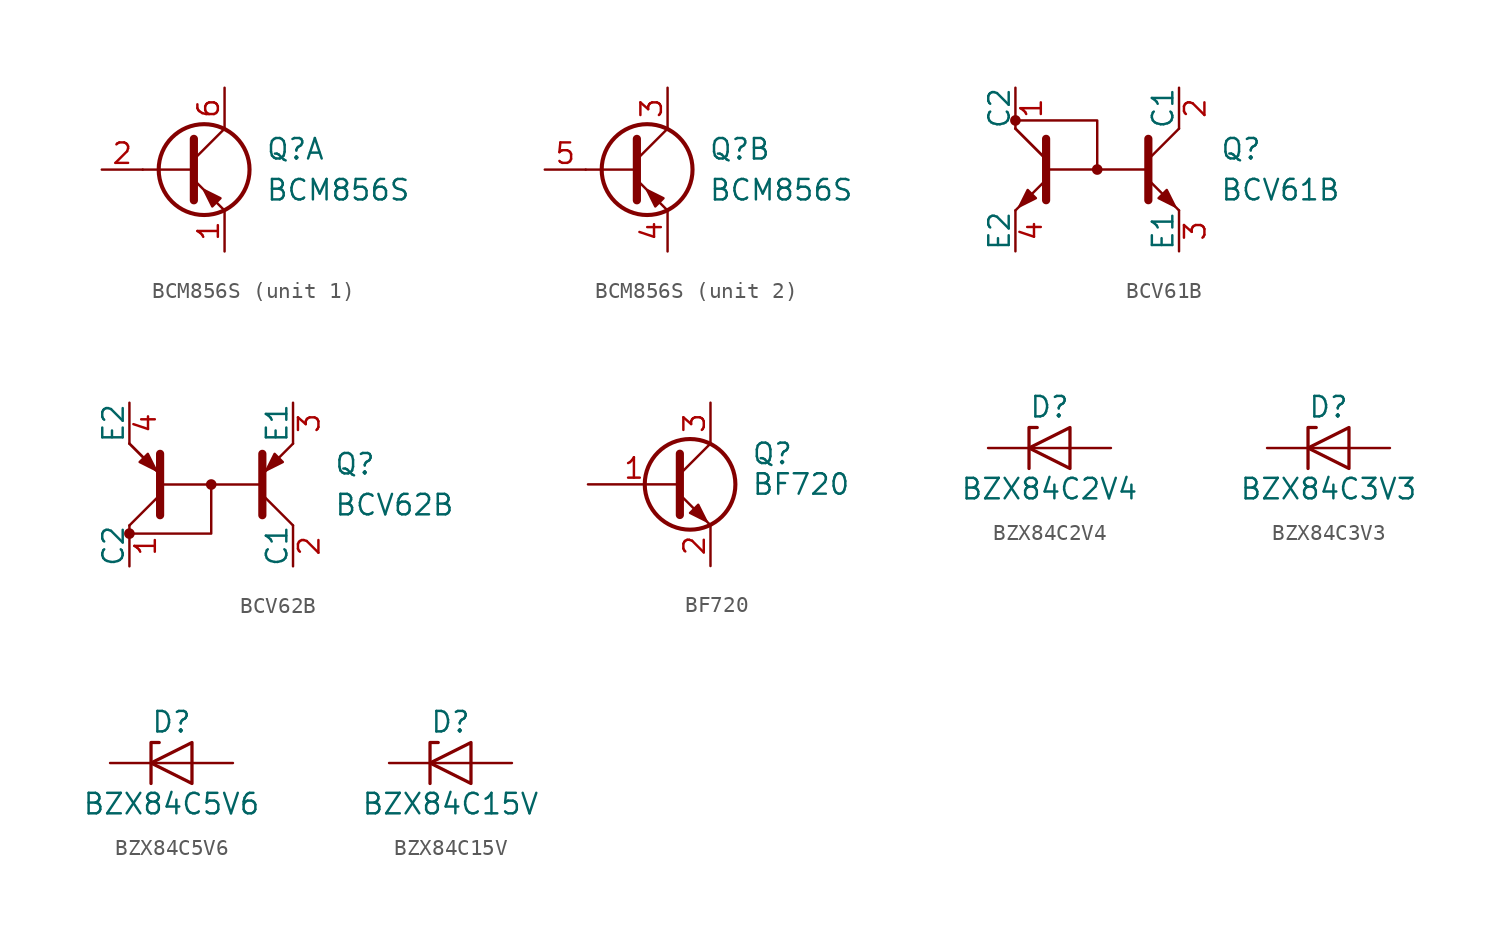
<source format=kicad_sym>
(kicad_symbol_lib
  (version 20211014)
  (generator kicad_symbol_editor)
  (symbol "BCM856S"
    (pin_names
      (offset 0) hide)
    (property "Reference" "Q"
      (at 5.08 1.27 0)
      (effects (font (size 1.27 1.27)) (justify left)))
    (property "Value" "BCM856S"
      (at 5.08 -1.27 0)
      (effects (font (size 1.27 1.27)) (justify left)))
    (property "ki_locked" ""
      (at 0 0 0)
      (effects (font (size 1.27 1.27))))
    (symbol "BCM856S_0_1"
      (polyline (pts (xy 0.635 0) (xy -2.54 0)) (stroke (width 0) (type default) (color 0 0 0 0)) (fill (type none)))
      (polyline (pts (xy 0.635 0.635) (xy 2.54 2.54)) (stroke (width 0) (type default) (color 0 0 0 0)) (fill (type none)))
      (polyline (pts (xy 0.635 -0.635) (xy 2.54 -2.54) (xy 2.54 -2.54)) (stroke (width 0) (type default) (color 0 0 0 0)) (fill (type none)))
      (polyline (pts (xy 0.635 1.905) (xy 0.635 -1.905) (xy 0.635 -1.905)) (stroke (width 0.508) (type default) (color 0 0 0 0)) (fill (type none)))
      (polyline (pts (xy 2.286 -1.778) (xy 1.778 -2.286) (xy 1.27 -1.27) (xy 2.286 -1.778) (xy 2.286 -1.778)) (stroke (width 0) (type default) (color 0 0 0 0)) (fill (type outline)))
      (circle (center 1.27 0) (radius 2.819) (stroke (width 0.254) (type default) (color 0 0 0 0)) (fill (type none))))
    (symbol "BCM856S_1_1"
      (pin passive line (at 2.54 -5.08 90) (length 2.54) (name "E1" (effects (font (size 1.27 1.27)))) (number "1" (effects (font (size 1.27 1.27)))))
      (pin input line (at -5.08 0 0) (length 2.54) (name "B1" (effects (font (size 1.27 1.27)))) (number "2" (effects (font (size 1.27 1.27)))))
      (pin passive line (at 2.54 5.08 270) (length 2.54) (name "C1" (effects (font (size 1.27 1.27)))) (number "6" (effects (font (size 1.27 1.27))))))
    (symbol "BCM856S_2_1"
      (pin passive line (at 2.54 5.08 270) (length 2.54) (name "C2" (effects (font (size 1.27 1.27)))) (number "3" (effects (font (size 1.27 1.27)))))
      (pin passive line (at 2.54 -5.08 90) (length 2.54) (name "E2" (effects (font (size 1.27 1.27)))) (number "4" (effects (font (size 1.27 1.27)))))
      (pin input line (at -5.08 0 0) (length 2.54) (name "B2" (effects (font (size 1.27 1.27)))) (number "5" (effects (font (size 1.27 1.27)))))))
  (symbol "BCV61B"
    (pin_names
      (offset 0))
    (property "Reference" "Q"
      (at 7.62 1.27 0)
      (effects (font (size 1.27 1.27)) (justify left)))
    (property "Value" "BCV61B"
      (at 7.62 -1.27 0)
      (effects (font (size 1.27 1.27)) (justify left)))
    (symbol "BCV61B_0_1"
      (circle (center -5.08 3.048) (radius 0.254) (stroke (width 0) (type default) (color 0 0 0 0)) (fill (type outline)))
      (polyline (pts (xy -5.08 -2.54) (xy -3.175 -0.635)) (stroke (width 0) (type default) (color 0 0 0 0)) (fill (type none)))
      (polyline (pts (xy -5.08 2.54) (xy -3.175 0.635)) (stroke (width 0) (type default) (color 0 0 0 0)) (fill (type none)))
      (polyline (pts (xy -5.08 2.54) (xy -3.175 0.635)) (stroke (width 0) (type default) (color 0 0 0 0)) (fill (type none)))
      (polyline (pts (xy 3.175 0) (xy -3.175 0)) (stroke (width 0) (type default) (color 0 0 0 0)) (fill (type none)))
      (polyline (pts (xy 5.08 -2.54) (xy 3.175 -0.635)) (stroke (width 0) (type default) (color 0 0 0 0)) (fill (type none)))
      (polyline (pts (xy 5.08 2.54) (xy 3.175 0.635)) (stroke (width 0) (type default) (color 0 0 0 0)) (fill (type none)))
      (polyline (pts (xy -3.175 -1.905) (xy -3.175 1.905) (xy -3.175 1.905)) (stroke (width 0.508) (type default) (color 0 0 0 0)) (fill (type outline)))
      (polyline (pts (xy 0 0) (xy 0 3.048) (xy -5.08 3.048)) (stroke (width 0) (type default) (color 0 0 0 0)) (fill (type none)))
      (polyline (pts (xy 3.175 -1.905) (xy 3.175 1.905) (xy 3.175 1.905)) (stroke (width 0.508) (type default) (color 0 0 0 0)) (fill (type outline)))
      (polyline (pts (xy -3.81 -1.778) (xy -4.318 -1.27) (xy -4.826 -2.286) (xy -3.81 -1.778) (xy -3.81 -1.778)) (stroke (width 0) (type default) (color 0 0 0 0)) (fill (type outline)))
      (polyline (pts (xy 3.81 -1.778) (xy 4.318 -1.27) (xy 4.826 -2.286) (xy 3.81 -1.778) (xy 3.81 -1.778)) (stroke (width 0) (type default) (color 0 0 0 0)) (fill (type outline)))
      (circle (center 0 0) (radius 0.254) (stroke (width 0) (type default) (color 0 0 0 0)) (fill (type outline))))
    (symbol "BCV61B_1_1"
      (pin passive line (at -5.08 5.08 270) (length 2.54) (name "C2" (effects (font (size 1.27 1.27)))) (number "1" (effects (font (size 1.27 1.27)))))
      (pin passive line (at 5.08 5.08 270) (length 2.54) (name "C1" (effects (font (size 1.27 1.27)))) (number "2" (effects (font (size 1.27 1.27)))))
      (pin passive line (at 5.08 -5.08 90) (length 2.54) (name "E1" (effects (font (size 1.27 1.27)))) (number "3" (effects (font (size 1.27 1.27)))))
      (pin passive line (at -5.08 -5.08 90) (length 2.54) (name "E2" (effects (font (size 1.27 1.27)))) (number "4" (effects (font (size 1.27 1.27)))))))
  (symbol "BCV62B"
    (pin_names
      (offset 0))
    (property "Reference" "Q"
      (at 7.62 1.27 0)
      (effects (font (size 1.27 1.27)) (justify left)))
    (property "Value" "BCV62B"
      (at 7.62 -1.27 0)
      (effects (font (size 1.27 1.27)) (justify left)))
    (symbol "BCV62B_0_1"
      (circle (center -5.08 -3.048) (radius 0.254) (stroke (width 0) (type default) (color 0 0 0 0)) (fill (type outline)))
      (polyline (pts (xy -5.08 -2.54) (xy -3.175 -0.635)) (stroke (width 0) (type default) (color 0 0 0 0)) (fill (type none)))
      (polyline (pts (xy -5.08 2.54) (xy -3.175 0.635)) (stroke (width 0) (type default) (color 0 0 0 0)) (fill (type none)))
      (polyline (pts (xy -5.08 2.54) (xy -3.175 0.635)) (stroke (width 0) (type default) (color 0 0 0 0)) (fill (type none)))
      (polyline (pts (xy 3.175 0) (xy -3.175 0)) (stroke (width 0) (type default) (color 0 0 0 0)) (fill (type none)))
      (polyline (pts (xy 5.08 -2.54) (xy 3.175 -0.635)) (stroke (width 0) (type default) (color 0 0 0 0)) (fill (type none)))
      (polyline (pts (xy 5.08 2.54) (xy 3.175 0.635)) (stroke (width 0) (type default) (color 0 0 0 0)) (fill (type none)))
      (polyline (pts (xy -3.175 -1.905) (xy -3.175 1.905) (xy -3.175 1.905)) (stroke (width 0.508) (type default) (color 0 0 0 0)) (fill (type outline)))
      (polyline (pts (xy 0 0) (xy 0 -3.048) (xy -5.08 -3.048)) (stroke (width 0) (type default) (color 0 0 0 0)) (fill (type none)))
      (polyline (pts (xy 3.175 -1.905) (xy 3.175 1.905) (xy 3.175 1.905)) (stroke (width 0.508) (type default) (color 0 0 0 0)) (fill (type outline)))
      (polyline (pts (xy -3.937 1.905) (xy -4.445 1.397) (xy -3.429 0.889) (xy -3.937 1.905) (xy -3.937 1.905)) (stroke (width 0) (type default) (color 0 0 0 0)) (fill (type outline)))
      (polyline (pts (xy 3.937 1.905) (xy 4.445 1.397) (xy 3.429 0.889) (xy 3.937 1.905) (xy 3.937 1.905)) (stroke (width 0) (type default) (color 0 0 0 0)) (fill (type outline)))
      (circle (center 0 0) (radius 0.254) (stroke (width 0) (type default) (color 0 0 0 0)) (fill (type outline))))
    (symbol "BCV62B_1_1"
      (pin passive line (at -5.08 -5.08 90) (length 2.54) (name "C2" (effects (font (size 1.27 1.27)))) (number "1" (effects (font (size 1.27 1.27)))))
      (pin passive line (at 5.08 -5.08 90) (length 2.54) (name "C1" (effects (font (size 1.27 1.27)))) (number "2" (effects (font (size 1.27 1.27)))))
      (pin passive line (at 5.08 5.08 270) (length 2.54) (name "E1" (effects (font (size 1.27 1.27)))) (number "3" (effects (font (size 1.27 1.27)))))
      (pin passive line (at -5.08 5.08 270) (length 2.54) (name "E2" (effects (font (size 1.27 1.27)))) (number "4" (effects (font (size 1.27 1.27)))))))
  (symbol "BF720"
    (pin_names
      (offset 0) hide)
    (property "Reference" "Q"
      (at 5.08 1.905 0)
      (effects (font (size 1.27 1.27)) (justify left)))
    (property "Value" "BF720"
      (at 5.08 0 0)
      (effects (font (size 1.27 1.27)) (justify left)))
    (symbol "BF720_0_1"
      (polyline (pts (xy 0.635 0.635) (xy 2.54 2.54)) (stroke (width 0) (type default) (color 0 0 0 0)) (fill (type none)))
      (polyline (pts (xy 0.635 -0.635) (xy 2.54 -2.54) (xy 2.54 -2.54)) (stroke (width 0) (type default) (color 0 0 0 0)) (fill (type none)))
      (polyline (pts (xy 0.635 1.905) (xy 0.635 -1.905) (xy 0.635 -1.905)) (stroke (width 0.508) (type default) (color 0 0 0 0)) (fill (type none)))
      (polyline (pts (xy 1.27 -1.778) (xy 1.778 -1.27) (xy 2.286 -2.286) (xy 1.27 -1.778) (xy 1.27 -1.778)) (stroke (width 0) (type default) (color 0 0 0 0)) (fill (type outline)))
      (circle (center 1.27 0) (radius 2.819) (stroke (width 0.254) (type default) (color 0 0 0 0)) (fill (type none))))
    (symbol "BF720_1_1"
      (pin input line (at -5.08 0 0) (length 5.715) (name "B" (effects (font (size 1.27 1.27)))) (number "1" (effects (font (size 1.27 1.27)))))
      (pin passive line (at 2.54 -5.08 90) (length 2.54) (name "E" (effects (font (size 1.27 1.27)))) (number "2" (effects (font (size 1.27 1.27)))))
      (pin passive line (at 2.54 5.08 270) (length 2.54) (name "C" (effects (font (size 1.27 1.27)))) (number "3" (effects (font (size 1.27 1.27)))))))
  (symbol "BZX84C2V4"
    (pin_numbers hide)
    (pin_names
      (offset 1.016) hide)
    (property "Reference" "D"
      (at 0 2.54 0)
      (effects (font (size 1.27 1.27))))
    (property "Value" "BZX84C2V4"
      (at 0 -2.54 0)
      (effects (font (size 1.27 1.27))))
    (symbol "BZX84C2V4_0_1"
      (polyline (pts (xy 1.27 0) (xy -1.27 0)) (stroke (width 0) (type default) (color 0 0 0 0)) (fill (type none)))
      (polyline (pts (xy -1.27 -1.27) (xy -1.27 1.27) (xy -0.762 1.27)) (stroke (width 0.203) (type default) (color 0 0 0 0)) (fill (type none)))
      (polyline (pts (xy 1.27 -1.27) (xy 1.27 1.27) (xy -1.27 0) (xy 1.27 -1.27)) (stroke (width 0.203) (type default) (color 0 0 0 0)) (fill (type none))))
    (symbol "BZX84C2V4_1_1"
      (pin passive line (at -3.81 0 0) (length 2.54) (name "K" (effects (font (size 1.27 1.27)))) (number "1" (effects (font (size 1.27 1.27)))))
      (pin passive line (at 3.81 0 180) (length 2.54) (name "A" (effects (font (size 1.27 1.27)))) (number "2" (effects (font (size 1.27 1.27)))))))
  (symbol "BZX84C3V3"
    (pin_numbers hide)
    (pin_names
      (offset 1.016) hide)
    (property "Reference" "D"
      (at 0 2.54 0)
      (effects (font (size 1.27 1.27))))
    (property "Value" "BZX84C3V3"
      (at 0 -2.54 0)
      (effects (font (size 1.27 1.27))))
    (symbol "BZX84C3V3_0_1"
      (polyline (pts (xy 1.27 0) (xy -1.27 0)) (stroke (width 0) (type default) (color 0 0 0 0)) (fill (type none)))
      (polyline (pts (xy -1.27 -1.27) (xy -1.27 1.27) (xy -0.762 1.27)) (stroke (width 0.203) (type default) (color 0 0 0 0)) (fill (type none)))
      (polyline (pts (xy 1.27 -1.27) (xy 1.27 1.27) (xy -1.27 0) (xy 1.27 -1.27)) (stroke (width 0.203) (type default) (color 0 0 0 0)) (fill (type none))))
    (symbol "BZX84C3V3_1_1"
      (pin passive line (at -3.81 0 0) (length 2.54) (name "K" (effects (font (size 1.27 1.27)))) (number "1" (effects (font (size 1.27 1.27)))))
      (pin passive line (at 3.81 0 180) (length 2.54) (name "A" (effects (font (size 1.27 1.27)))) (number "2" (effects (font (size 1.27 1.27)))))))
  (symbol "BZX84C5V6"
    (pin_numbers hide)
    (pin_names
      (offset 1.016) hide)
    (property "Reference" "D"
      (at 0 2.54 0)
      (effects (font (size 1.27 1.27))))
    (property "Value" "BZX84C5V6"
      (at 0 -2.54 0)
      (effects (font (size 1.27 1.27))))
    (symbol "BZX84C5V6_0_1"
      (polyline (pts (xy 1.27 0) (xy -1.27 0)) (stroke (width 0) (type default) (color 0 0 0 0)) (fill (type none)))
      (polyline (pts (xy -1.27 -1.27) (xy -1.27 1.27) (xy -0.762 1.27)) (stroke (width 0.203) (type default) (color 0 0 0 0)) (fill (type none)))
      (polyline (pts (xy 1.27 -1.27) (xy 1.27 1.27) (xy -1.27 0) (xy 1.27 -1.27)) (stroke (width 0.203) (type default) (color 0 0 0 0)) (fill (type none))))
    (symbol "BZX84C5V6_1_1"
      (pin passive line (at -3.81 0 0) (length 2.54) (name "K" (effects (font (size 1.27 1.27)))) (number "1" (effects (font (size 1.27 1.27)))))
      (pin passive line (at 3.81 0 180) (length 2.54) (name "A" (effects (font (size 1.27 1.27)))) (number "2" (effects (font (size 1.27 1.27)))))))
  (symbol "BZX84C15V"
    (pin_numbers hide)
    (pin_names
      (offset 1.016) hide)
    (property "Reference" "D"
      (at 0 2.54 0)
      (effects (font (size 1.27 1.27))))
    (property "Value" "BZX84C15V"
      (at 0 -2.54 0)
      (effects (font (size 1.27 1.27))))
    (symbol "BZX84C15V_0_1"
      (polyline (pts (xy 1.27 0) (xy -1.27 0)) (stroke (width 0) (type default) (color 0 0 0 0)) (fill (type none)))
      (polyline (pts (xy -1.27 -1.27) (xy -1.27 1.27) (xy -0.762 1.27)) (stroke (width 0.203) (type default) (color 0 0 0 0)) (fill (type none)))
      (polyline (pts (xy 1.27 -1.27) (xy 1.27 1.27) (xy -1.27 0) (xy 1.27 -1.27)) (stroke (width 0.203) (type default) (color 0 0 0 0)) (fill (type none))))
    (symbol "BZX84C15V_1_1"
      (pin passive line (at -3.81 0 0) (length 2.54) (name "K" (effects (font (size 1.27 1.27)))) (number "1" (effects (font (size 1.27 1.27)))))
      (pin passive line (at 3.81 0 180) (length 2.54) (name "A" (effects (font (size 1.27 1.27)))) (number "2" (effects (font (size 1.27 1.27))))))))
</source>
